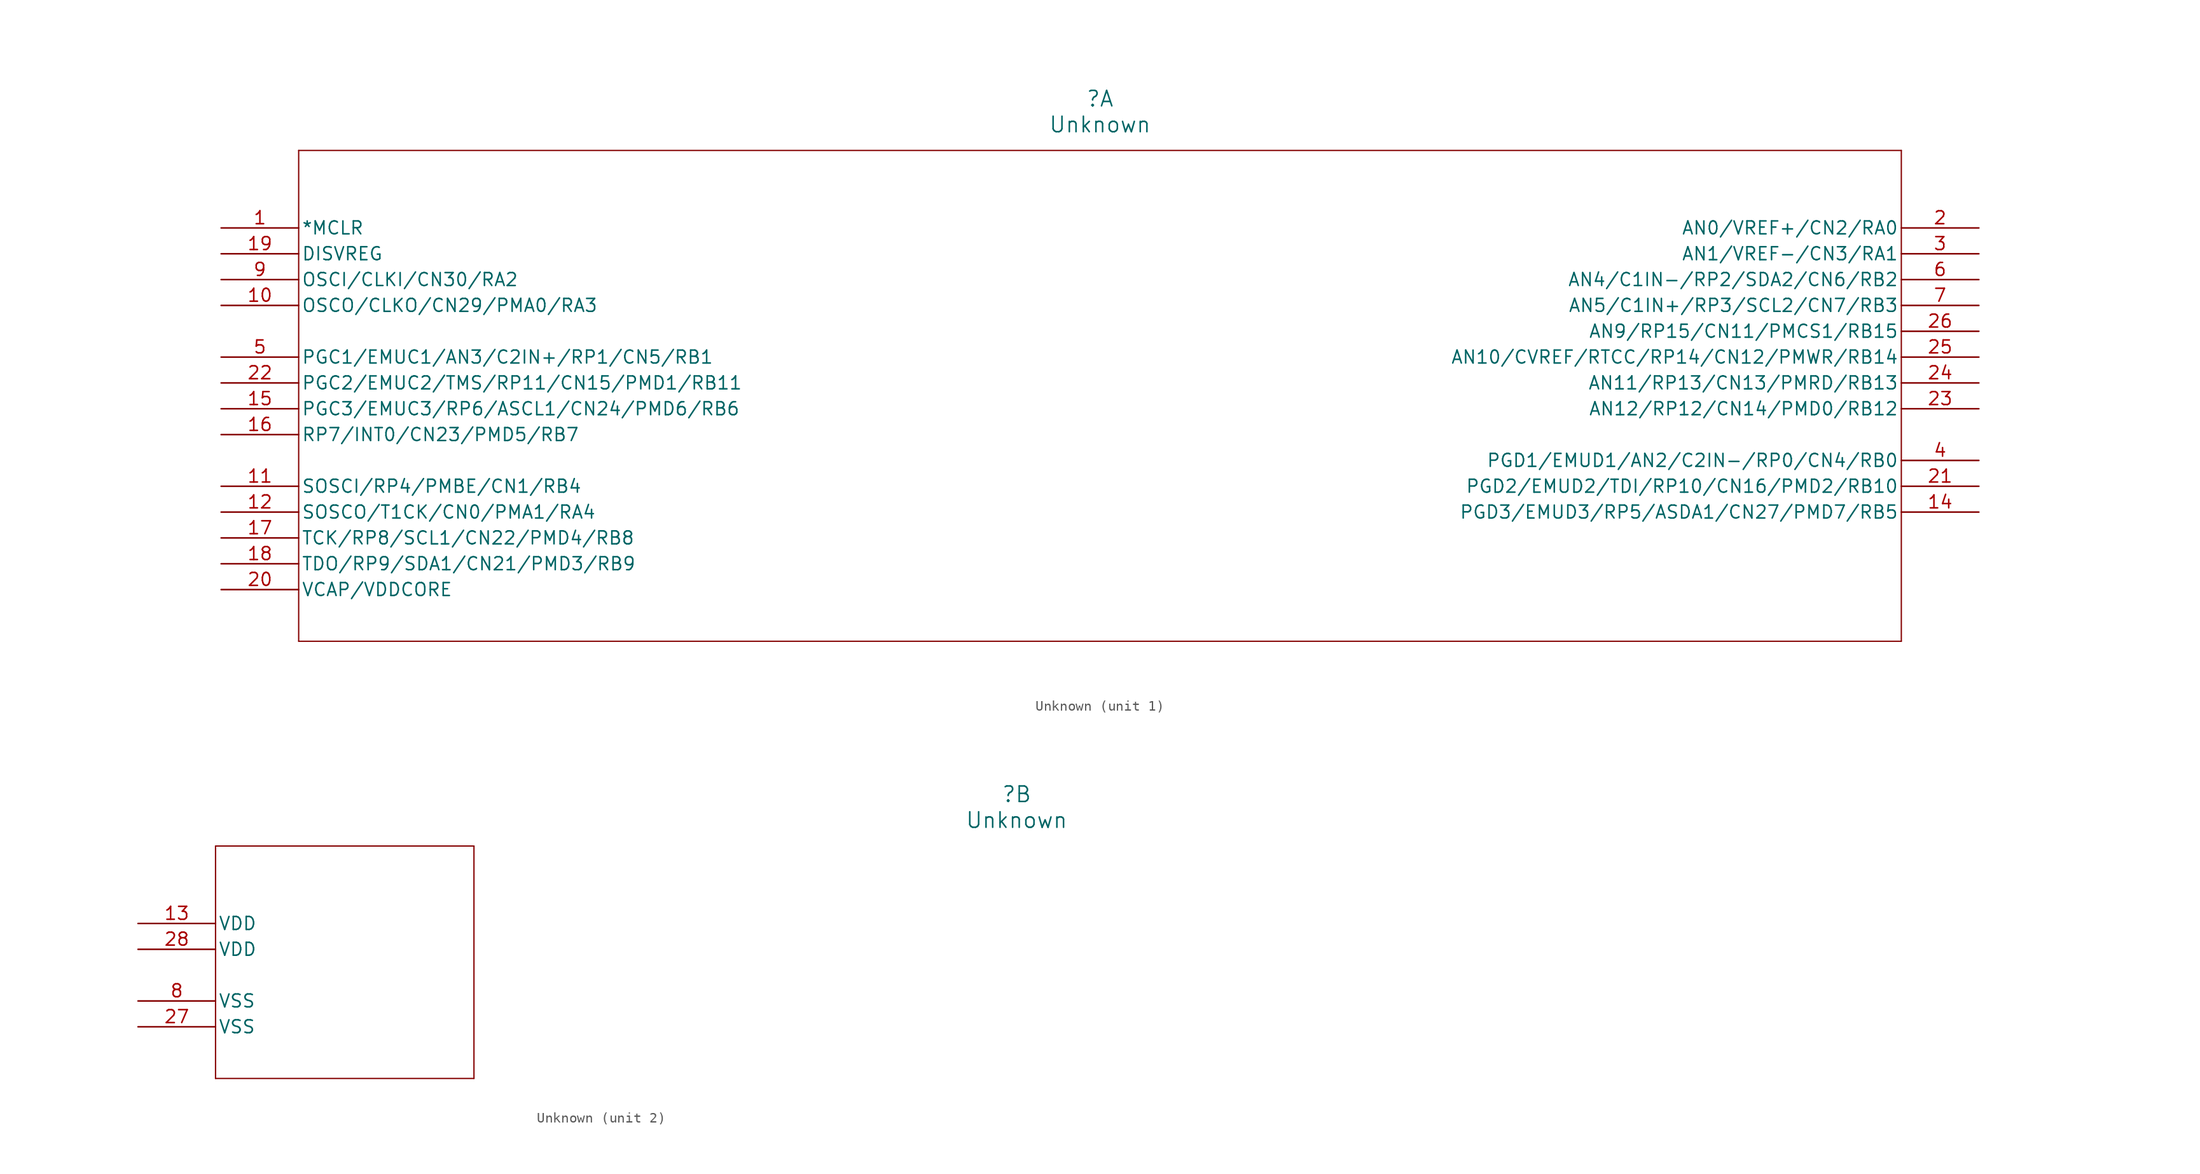
<source format=kicad_sym>
(kicad_symbol_lib
  (version 20211014)
  (generator kicad_symbol_editor)
  (symbol "Unknown"
    (pin_names
      (offset 0.254))
    (property "Reference" ""
      (at 86.36 12.7 0)
      (effects (font (size 1.524 1.524))))
    (property "Value" "Unknown"
      (at 86.36 10.16 0)
      (effects (font (size 1.524 1.524))))
    (symbol "Unknown_1_1"
      (polyline (pts (xy 7.62 7.62) (xy 7.62 -40.64)) (stroke (width 0.127) (type default) (color 0 0 0 0)) (fill (type none)))
      (polyline (pts (xy 7.62 -40.64) (xy 165.1 -40.64)) (stroke (width 0.127) (type default) (color 0 0 0 0)) (fill (type none)))
      (polyline (pts (xy 165.1 -40.64) (xy 165.1 7.62)) (stroke (width 0.127) (type default) (color 0 0 0 0)) (fill (type none)))
      (polyline (pts (xy 165.1 7.62) (xy 7.62 7.62)) (stroke (width 0.127) (type default) (color 0 0 0 0)) (fill (type none)))
      (pin unspecified line (at 0 0 0) (length 7.62) (name "*MCLR" (effects (font (size 1.27 1.27)))) (number "1" (effects (font (size 1.27 1.27)))))
      (pin unspecified line (at 172.72 0 180) (length 7.62) (name "AN0/VREF+/CN2/RA0" (effects (font (size 1.27 1.27)))) (number "2" (effects (font (size 1.27 1.27)))))
      (pin unspecified line (at 172.72 -2.54 180) (length 7.62) (name "AN1/VREF-/CN3/RA1" (effects (font (size 1.27 1.27)))) (number "3" (effects (font (size 1.27 1.27)))))
      (pin unspecified line (at 172.72 -22.86 180) (length 7.62) (name "PGD1/EMUD1/AN2/C2IN-/RP0/CN4/RB0" (effects (font (size 1.27 1.27)))) (number "4" (effects (font (size 1.27 1.27)))))
      (pin unspecified line (at 0 -12.7 0) (length 7.62) (name "PGC1/EMUC1/AN3/C2IN+/RP1/CN5/RB1" (effects (font (size 1.27 1.27)))) (number "5" (effects (font (size 1.27 1.27)))))
      (pin unspecified line (at 172.72 -5.08 180) (length 7.62) (name "AN4/C1IN-/RP2/SDA2/CN6/RB2" (effects (font (size 1.27 1.27)))) (number "6" (effects (font (size 1.27 1.27)))))
      (pin unspecified line (at 172.72 -7.62 180) (length 7.62) (name "AN5/C1IN+/RP3/SCL2/CN7/RB3" (effects (font (size 1.27 1.27)))) (number "7" (effects (font (size 1.27 1.27)))))
      (pin unspecified line (at 0 -5.08 0) (length 7.62) (name "OSCI/CLKI/CN30/RA2" (effects (font (size 1.27 1.27)))) (number "9" (effects (font (size 1.27 1.27)))))
      (pin unspecified line (at 0 -7.62 0) (length 7.62) (name "OSCO/CLKO/CN29/PMA0/RA3" (effects (font (size 1.27 1.27)))) (number "10" (effects (font (size 1.27 1.27)))))
      (pin unspecified line (at 0 -25.4 0) (length 7.62) (name "SOSCI/RP4/PMBE/CN1/RB4" (effects (font (size 1.27 1.27)))) (number "11" (effects (font (size 1.27 1.27)))))
      (pin unspecified line (at 0 -27.94 0) (length 7.62) (name "SOSCO/T1CK/CN0/PMA1/RA4" (effects (font (size 1.27 1.27)))) (number "12" (effects (font (size 1.27 1.27)))))
      (pin unspecified line (at 172.72 -27.94 180) (length 7.62) (name "PGD3/EMUD3/RP5/ASDA1/CN27/PMD7/RB5" (effects (font (size 1.27 1.27)))) (number "14" (effects (font (size 1.27 1.27)))))
      (pin unspecified line (at 0 -17.78 0) (length 7.62) (name "PGC3/EMUC3/RP6/ASCL1/CN24/PMD6/RB6" (effects (font (size 1.27 1.27)))) (number "15" (effects (font (size 1.27 1.27)))))
      (pin unspecified line (at 0 -20.32 0) (length 7.62) (name "RP7/INT0/CN23/PMD5/RB7" (effects (font (size 1.27 1.27)))) (number "16" (effects (font (size 1.27 1.27)))))
      (pin unspecified line (at 0 -30.48 0) (length 7.62) (name "TCK/RP8/SCL1/CN22/PMD4/RB8" (effects (font (size 1.27 1.27)))) (number "17" (effects (font (size 1.27 1.27)))))
      (pin unspecified line (at 0 -33.02 0) (length 7.62) (name "TDO/RP9/SDA1/CN21/PMD3/RB9" (effects (font (size 1.27 1.27)))) (number "18" (effects (font (size 1.27 1.27)))))
      (pin unspecified line (at 0 -2.54 0) (length 7.62) (name "DISVREG" (effects (font (size 1.27 1.27)))) (number "19" (effects (font (size 1.27 1.27)))))
      (pin unspecified line (at 0 -35.56 0) (length 7.62) (name "VCAP/VDDCORE" (effects (font (size 1.27 1.27)))) (number "20" (effects (font (size 1.27 1.27)))))
      (pin unspecified line (at 172.72 -25.4 180) (length 7.62) (name "PGD2/EMUD2/TDI/RP10/CN16/PMD2/RB10" (effects (font (size 1.27 1.27)))) (number "21" (effects (font (size 1.27 1.27)))))
      (pin unspecified line (at 0 -15.24 0) (length 7.62) (name "PGC2/EMUC2/TMS/RP11/CN15/PMD1/RB11" (effects (font (size 1.27 1.27)))) (number "22" (effects (font (size 1.27 1.27)))))
      (pin unspecified line (at 172.72 -17.78 180) (length 7.62) (name "AN12/RP12/CN14/PMD0/RB12" (effects (font (size 1.27 1.27)))) (number "23" (effects (font (size 1.27 1.27)))))
      (pin unspecified line (at 172.72 -15.24 180) (length 7.62) (name "AN11/RP13/CN13/PMRD/RB13" (effects (font (size 1.27 1.27)))) (number "24" (effects (font (size 1.27 1.27)))))
      (pin unspecified line (at 172.72 -12.7 180) (length 7.62) (name "AN10/CVREF/RTCC/RP14/CN12/PMWR/RB14" (effects (font (size 1.27 1.27)))) (number "25" (effects (font (size 1.27 1.27)))))
      (pin unspecified line (at 172.72 -10.16 180) (length 7.62) (name "AN9/RP15/CN11/PMCS1/RB15" (effects (font (size 1.27 1.27)))) (number "26" (effects (font (size 1.27 1.27))))))
    (symbol "Unknown_2_1"
      (polyline (pts (xy 7.62 7.62) (xy 7.62 -15.24)) (stroke (width 0.127) (type default) (color 0 0 0 0)) (fill (type none)))
      (polyline (pts (xy 7.62 -15.24) (xy 33.02 -15.24)) (stroke (width 0.127) (type default) (color 0 0 0 0)) (fill (type none)))
      (polyline (pts (xy 33.02 -15.24) (xy 33.02 7.62)) (stroke (width 0.127) (type default) (color 0 0 0 0)) (fill (type none)))
      (polyline (pts (xy 33.02 7.62) (xy 7.62 7.62)) (stroke (width 0.127) (type default) (color 0 0 0 0)) (fill (type none)))
      (pin unspecified line (at 0 -7.62 0) (length 7.62) (name "VSS" (effects (font (size 1.27 1.27)))) (number "8" (effects (font (size 1.27 1.27)))))
      (pin unspecified line (at 0 0 0) (length 7.62) (name "VDD" (effects (font (size 1.27 1.27)))) (number "13" (effects (font (size 1.27 1.27)))))
      (pin unspecified line (at 0 -10.16 0) (length 7.62) (name "VSS" (effects (font (size 1.27 1.27)))) (number "27" (effects (font (size 1.27 1.27)))))
      (pin unspecified line (at 0 -2.54 0) (length 7.62) (name "VDD" (effects (font (size 1.27 1.27)))) (number "28" (effects (font (size 1.27 1.27))))))))
</source>
